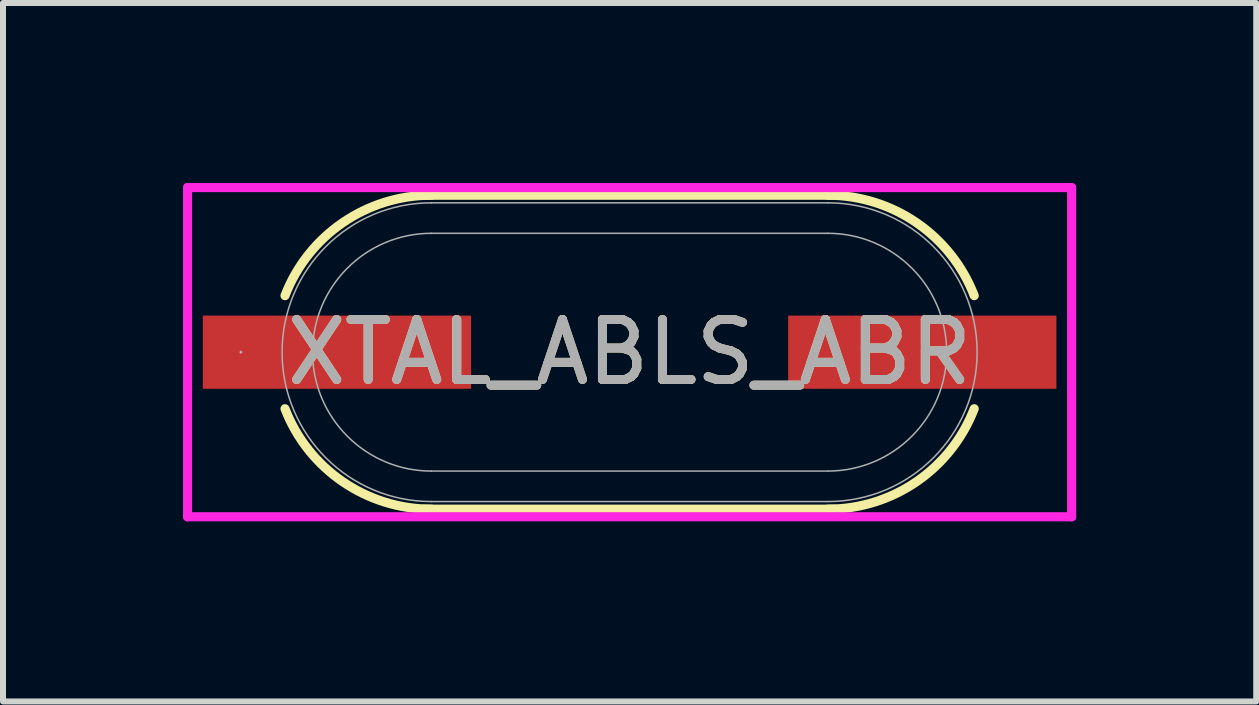
<source format=kicad_pcb>
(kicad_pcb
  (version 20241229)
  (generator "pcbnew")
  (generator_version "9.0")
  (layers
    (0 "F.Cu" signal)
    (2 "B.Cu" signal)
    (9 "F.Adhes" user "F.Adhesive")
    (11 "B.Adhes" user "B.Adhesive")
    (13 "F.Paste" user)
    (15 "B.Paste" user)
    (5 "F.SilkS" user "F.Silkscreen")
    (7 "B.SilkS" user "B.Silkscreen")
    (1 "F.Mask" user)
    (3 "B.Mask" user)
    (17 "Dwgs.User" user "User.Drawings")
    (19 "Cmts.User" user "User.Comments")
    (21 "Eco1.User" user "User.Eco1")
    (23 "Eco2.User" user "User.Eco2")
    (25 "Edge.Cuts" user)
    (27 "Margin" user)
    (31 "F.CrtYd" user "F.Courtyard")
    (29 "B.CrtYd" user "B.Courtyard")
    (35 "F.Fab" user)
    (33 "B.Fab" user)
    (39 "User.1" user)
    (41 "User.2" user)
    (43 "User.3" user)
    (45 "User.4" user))
  (footprint "XTAL_ABLS_ABR"
    (layer "F.Cu")
    (at 7.442 2.819)
    (property "Reference" "XTAL_ABLS_ABR" (at 0 0 0) (unlocked yes) (layer "F.SilkS") (effects (font (size 1 1) (thickness 0.15))))
    (attr smd)
    (fp_line (start -3.429 -2.616) (end 3.429 -2.616) (stroke (width 0.152) (type solid)) (layer "F.SilkS"))
    (fp_line (start 3.429 2.616) (end -3.429 2.616) (stroke (width 0.152) (type solid)) (layer "F.SilkS"))
    (fp_arc (start -5.742594 -0.94234) (mid -4.781722 -2.157528) (end -3.302 -2.6162) (stroke (width 0.1524) (type solid)) (layer "F.SilkS"))
    (fp_arc (start -3.302002 2.6162) (mid -4.781723 2.157527) (end -5.742594 0.942339) (stroke (width 0.1524) (type solid)) (layer "F.SilkS"))
    (fp_arc (start 3.302 -2.6162) (mid 4.781722 -2.157528) (end 5.742594 -0.94234) (stroke (width 0.1524) (type solid)) (layer "F.SilkS"))
    (fp_arc (start 5.742594 0.94234) (mid 4.781722 2.157528) (end 3.302 2.6162) (stroke (width 0.1524) (type solid)) (layer "F.SilkS"))
    (fp_line (start -7.366 -2.743) (end 7.366 -2.743) (stroke (width 0.152) (type solid)) (layer "F.CrtYd"))
    (fp_line (start -7.366 2.743) (end -7.366 -2.743) (stroke (width 0.152) (type solid)) (layer "F.CrtYd"))
    (fp_line (start 7.366 -2.743) (end 7.366 2.743) (stroke (width 0.152) (type solid)) (layer "F.CrtYd"))
    (fp_line (start 7.366 2.743) (end -7.366 2.743) (stroke (width 0.152) (type solid)) (layer "F.CrtYd"))
    (fp_line (start -3.302 -2.489) (end 3.302 -2.489) (stroke (width 0.025) (type solid)) (layer "F.Fab"))
    (fp_line (start -3.302 -1.981) (end 3.302 -1.981) (stroke (width 0.025) (type solid)) (layer "F.Fab"))
    (fp_line (start 3.302 1.981) (end -3.302 1.981) (stroke (width 0.025) (type solid)) (layer "F.Fab"))
    (fp_line (start 3.302 2.489) (end -3.302 2.489) (stroke (width 0.025) (type solid)) (layer "F.Fab"))
    (fp_arc (start -3.302 1.9812) (mid -5.2832 0) (end -3.302 -1.9812) (stroke (width 0.0254) (type solid)) (layer "F.Fab"))
    (fp_arc (start -3.302 2.4892) (mid -5.7912 0) (end -3.302 -2.4892) (stroke (width 0.0254) (type solid)) (layer "F.Fab"))
    (fp_arc (start 3.302 -2.4892) (mid 5.7912 0) (end 3.302 2.4892) (stroke (width 0.0254) (type solid)) (layer "F.Fab"))
    (fp_arc (start 3.302 -1.9812) (mid 5.2832 0) (end 3.302 1.9812) (stroke (width 0.0254) (type solid)) (layer "F.Fab"))
    (fp_circle (center -6.477 0) (end -6.477 0) (stroke (width 0.025) (type solid)) (fill no) (layer "F.Fab"))
    (fp_text user "${REFERENCE}" (at 0 0 0) (unlocked yes) (layer "F.Fab") (effects (font (size 1 1) (thickness 0.15))))
    (pad "1" smd rect (at -4.877 0 90) (size 1.219 4.47) (layers "F.Cu" "F.Mask" "F.Paste"))
    (pad "2" smd rect (at 4.877 0 90) (size 1.219 4.47) (layers "F.Cu" "F.Mask" "F.Paste")))
  (gr_rect
    (start -3 -3)
    (end 17.884 8.639)
    (stroke (width 0.1) (type default))
    (fill no)
    (layer "Edge.Cuts")))
</source>
